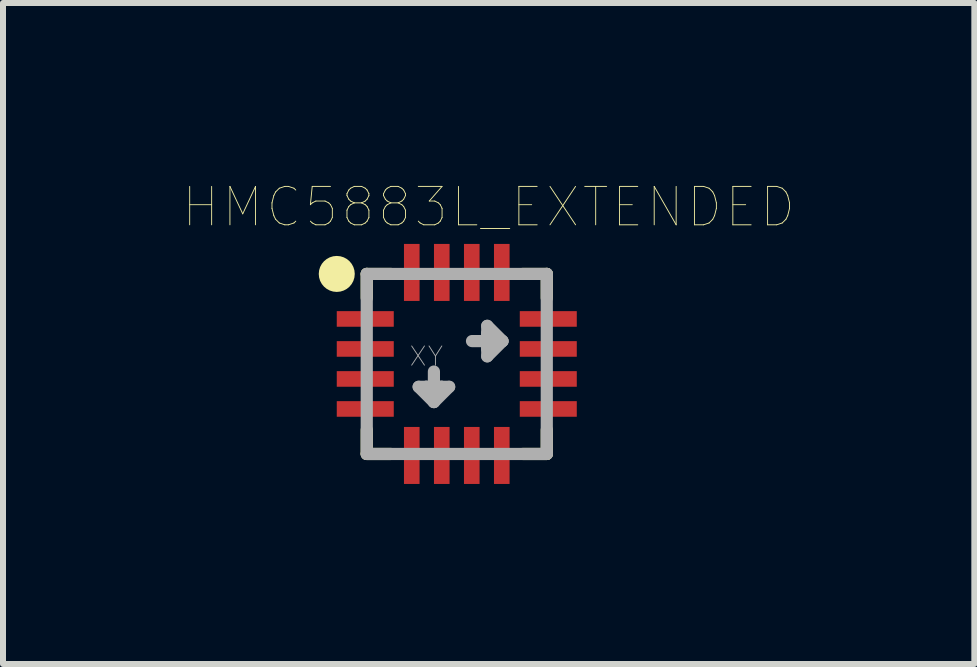
<source format=kicad_pcb>
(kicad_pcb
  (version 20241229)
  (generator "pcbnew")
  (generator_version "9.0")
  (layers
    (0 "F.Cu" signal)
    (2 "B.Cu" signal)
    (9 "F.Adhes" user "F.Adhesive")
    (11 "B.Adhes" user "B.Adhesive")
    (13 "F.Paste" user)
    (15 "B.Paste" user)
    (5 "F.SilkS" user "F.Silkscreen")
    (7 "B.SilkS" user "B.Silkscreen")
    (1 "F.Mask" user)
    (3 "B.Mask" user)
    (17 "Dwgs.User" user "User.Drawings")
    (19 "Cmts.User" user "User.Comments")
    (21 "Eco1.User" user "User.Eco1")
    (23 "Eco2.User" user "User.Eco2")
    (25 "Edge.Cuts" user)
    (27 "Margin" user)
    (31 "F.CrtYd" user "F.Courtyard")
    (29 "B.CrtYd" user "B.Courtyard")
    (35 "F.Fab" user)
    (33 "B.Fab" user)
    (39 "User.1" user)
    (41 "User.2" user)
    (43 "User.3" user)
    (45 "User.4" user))
  (footprint "HMC5883L_EXTENDED"
    (layer "F.Cu")
    (at 4.562 3.015)
    (property "Reference" "HMC5883L_EXTENDED" (at 0.532 -2.614 0) (layer "F.SilkS") (effects (font (size 0.64 0.64) (thickness 0.015))))
    (attr through_hole)
    (fp_line (start -1.5 -1.5) (end -1.1 -1.5) (stroke (width 0.203) (type solid)) (layer "F.SilkS"))
    (fp_line (start -1.5 -1.1) (end -1.5 -1.5) (stroke (width 0.203) (type solid)) (layer "F.SilkS"))
    (fp_line (start -1.5 1.5) (end -1.5 1.1) (stroke (width 0.203) (type solid)) (layer "F.SilkS"))
    (fp_line (start -1.1 1.5) (end -1.5 1.5) (stroke (width 0.203) (type solid)) (layer "F.SilkS"))
    (fp_line (start 1.1 -1.5) (end 1.5 -1.5) (stroke (width 0.203) (type solid)) (layer "F.SilkS"))
    (fp_line (start 1.5 -1.5) (end 1.5 -1.1) (stroke (width 0.203) (type solid)) (layer "F.SilkS"))
    (fp_line (start 1.5 1.1) (end 1.5 1.5) (stroke (width 0.203) (type solid)) (layer "F.SilkS"))
    (fp_line (start 1.5 1.5) (end 1.1 1.5) (stroke (width 0.203) (type solid)) (layer "F.SilkS"))
    (fp_circle (center -2 -1.5) (end -1.85 -1.5) (stroke (width 0.3) (type solid)) (fill no) (layer "F.SilkS"))
    (fp_line (start -1.5 -1.5) (end 1.5 -1.5) (stroke (width 0.203) (type solid)) (layer "F.Fab"))
    (fp_line (start -1.5 1.5) (end -1.5 -1.5) (stroke (width 0.203) (type solid)) (layer "F.Fab"))
    (fp_line (start -0.635 0.381) (end -0.508 0.381) (stroke (width 0.203) (type solid)) (layer "F.Fab"))
    (fp_line (start -0.508 0.381) (end -0.254 0.381) (stroke (width 0.203) (type solid)) (layer "F.Fab"))
    (fp_line (start -0.381 0.127) (end -0.381 0.508) (stroke (width 0.203) (type solid)) (layer "F.Fab"))
    (fp_line (start -0.381 0.508) (end -0.508 0.381) (stroke (width 0.203) (type solid)) (layer "F.Fab"))
    (fp_line (start -0.381 0.635) (end -0.635 0.381) (stroke (width 0.203) (type solid)) (layer "F.Fab"))
    (fp_line (start -0.381 0.635) (end -0.381 0.508) (stroke (width 0.203) (type solid)) (layer "F.Fab"))
    (fp_line (start -0.254 0.381) (end -0.381 0.508) (stroke (width 0.203) (type solid)) (layer "F.Fab"))
    (fp_line (start -0.254 0.381) (end -0.127 0.381) (stroke (width 0.203) (type solid)) (layer "F.Fab"))
    (fp_line (start -0.127 0.381) (end -0.381 0.635) (stroke (width 0.203) (type solid)) (layer "F.Fab"))
    (fp_line (start 0.254 -0.381) (end 0.635 -0.381) (stroke (width 0.203) (type solid)) (layer "F.Fab"))
    (fp_line (start 0.508 -0.635) (end 0.508 -0.508) (stroke (width 0.203) (type solid)) (layer "F.Fab"))
    (fp_line (start 0.508 -0.508) (end 0.635 -0.381) (stroke (width 0.203) (type solid)) (layer "F.Fab"))
    (fp_line (start 0.508 -0.254) (end 0.508 -0.508) (stroke (width 0.203) (type solid)) (layer "F.Fab"))
    (fp_line (start 0.508 -0.254) (end 0.508 -0.127) (stroke (width 0.203) (type solid)) (layer "F.Fab"))
    (fp_line (start 0.508 -0.127) (end 0.762 -0.381) (stroke (width 0.203) (type solid)) (layer "F.Fab"))
    (fp_line (start 0.635 -0.381) (end 0.508 -0.254) (stroke (width 0.203) (type solid)) (layer "F.Fab"))
    (fp_line (start 0.762 -0.381) (end 0.508 -0.635) (stroke (width 0.203) (type solid)) (layer "F.Fab"))
    (fp_line (start 0.762 -0.381) (end 0.635 -0.381) (stroke (width 0.203) (type solid)) (layer "F.Fab"))
    (fp_line (start 1.5 -1.5) (end 1.5 1.5) (stroke (width 0.203) (type solid)) (layer "F.Fab"))
    (fp_line (start 1.5 1.5) (end -1.5 1.5) (stroke (width 0.203) (type solid)) (layer "F.Fab"))
    (fp_text user "XY" (at -0.508 -0.127 0) (layer "F.Fab") (effects (font (size 0.32 0.32) (thickness 0.015))))
    (pad "1" smd rect (at -1.525 -0.75) (size 0.95 0.26) (layers "F.Cu" "F.Mask" "F.Paste"))
    (pad "2" smd rect (at -1.525 -0.25) (size 0.95 0.26) (layers "F.Cu" "F.Mask" "F.Paste"))
    (pad "3" smd rect (at -1.525 0.25) (size 0.95 0.26) (layers "F.Cu" "F.Mask" "F.Paste"))
    (pad "4" smd rect (at -1.525 0.75) (size 0.95 0.26) (layers "F.Cu" "F.Mask" "F.Paste"))
    (pad "5" smd rect (at -0.75 1.525) (size 0.26 0.95) (layers "F.Cu" "F.Mask" "F.Paste"))
    (pad "6" smd rect (at -0.25 1.525) (size 0.26 0.95) (layers "F.Cu" "F.Mask" "F.Paste"))
    (pad "7" smd rect (at 0.25 1.525) (size 0.26 0.95) (layers "F.Cu" "F.Mask" "F.Paste"))
    (pad "8" smd rect (at 0.75 1.525) (size 0.26 0.95) (layers "F.Cu" "F.Mask" "F.Paste"))
    (pad "9" smd rect (at 1.525 0.75) (size 0.95 0.26) (layers "F.Cu" "F.Mask" "F.Paste"))
    (pad "10" smd rect (at 1.525 0.25) (size 0.95 0.26) (layers "F.Cu" "F.Mask" "F.Paste"))
    (pad "11" smd rect (at 1.525 -0.25) (size 0.95 0.26) (layers "F.Cu" "F.Mask" "F.Paste"))
    (pad "12" smd rect (at 1.525 -0.75) (size 0.95 0.26) (layers "F.Cu" "F.Mask" "F.Paste"))
    (pad "13" smd rect (at 0.75 -1.525) (size 0.26 0.95) (layers "F.Cu" "F.Mask" "F.Paste"))
    (pad "14" smd rect (at 0.25 -1.525) (size 0.26 0.95) (layers "F.Cu" "F.Mask" "F.Paste"))
    (pad "15" smd rect (at -0.25 -1.525) (size 0.26 0.95) (layers "F.Cu" "F.Mask" "F.Paste"))
    (pad "16" smd rect (at -0.75 -1.525) (size 0.26 0.95) (layers "F.Cu" "F.Mask" "F.Paste")))
  (gr_rect
    (start -3 -3)
    (end 13.187 8.015)
    (stroke (width 0.1) (type default))
    (fill no)
    (layer "Edge.Cuts")))
</source>
